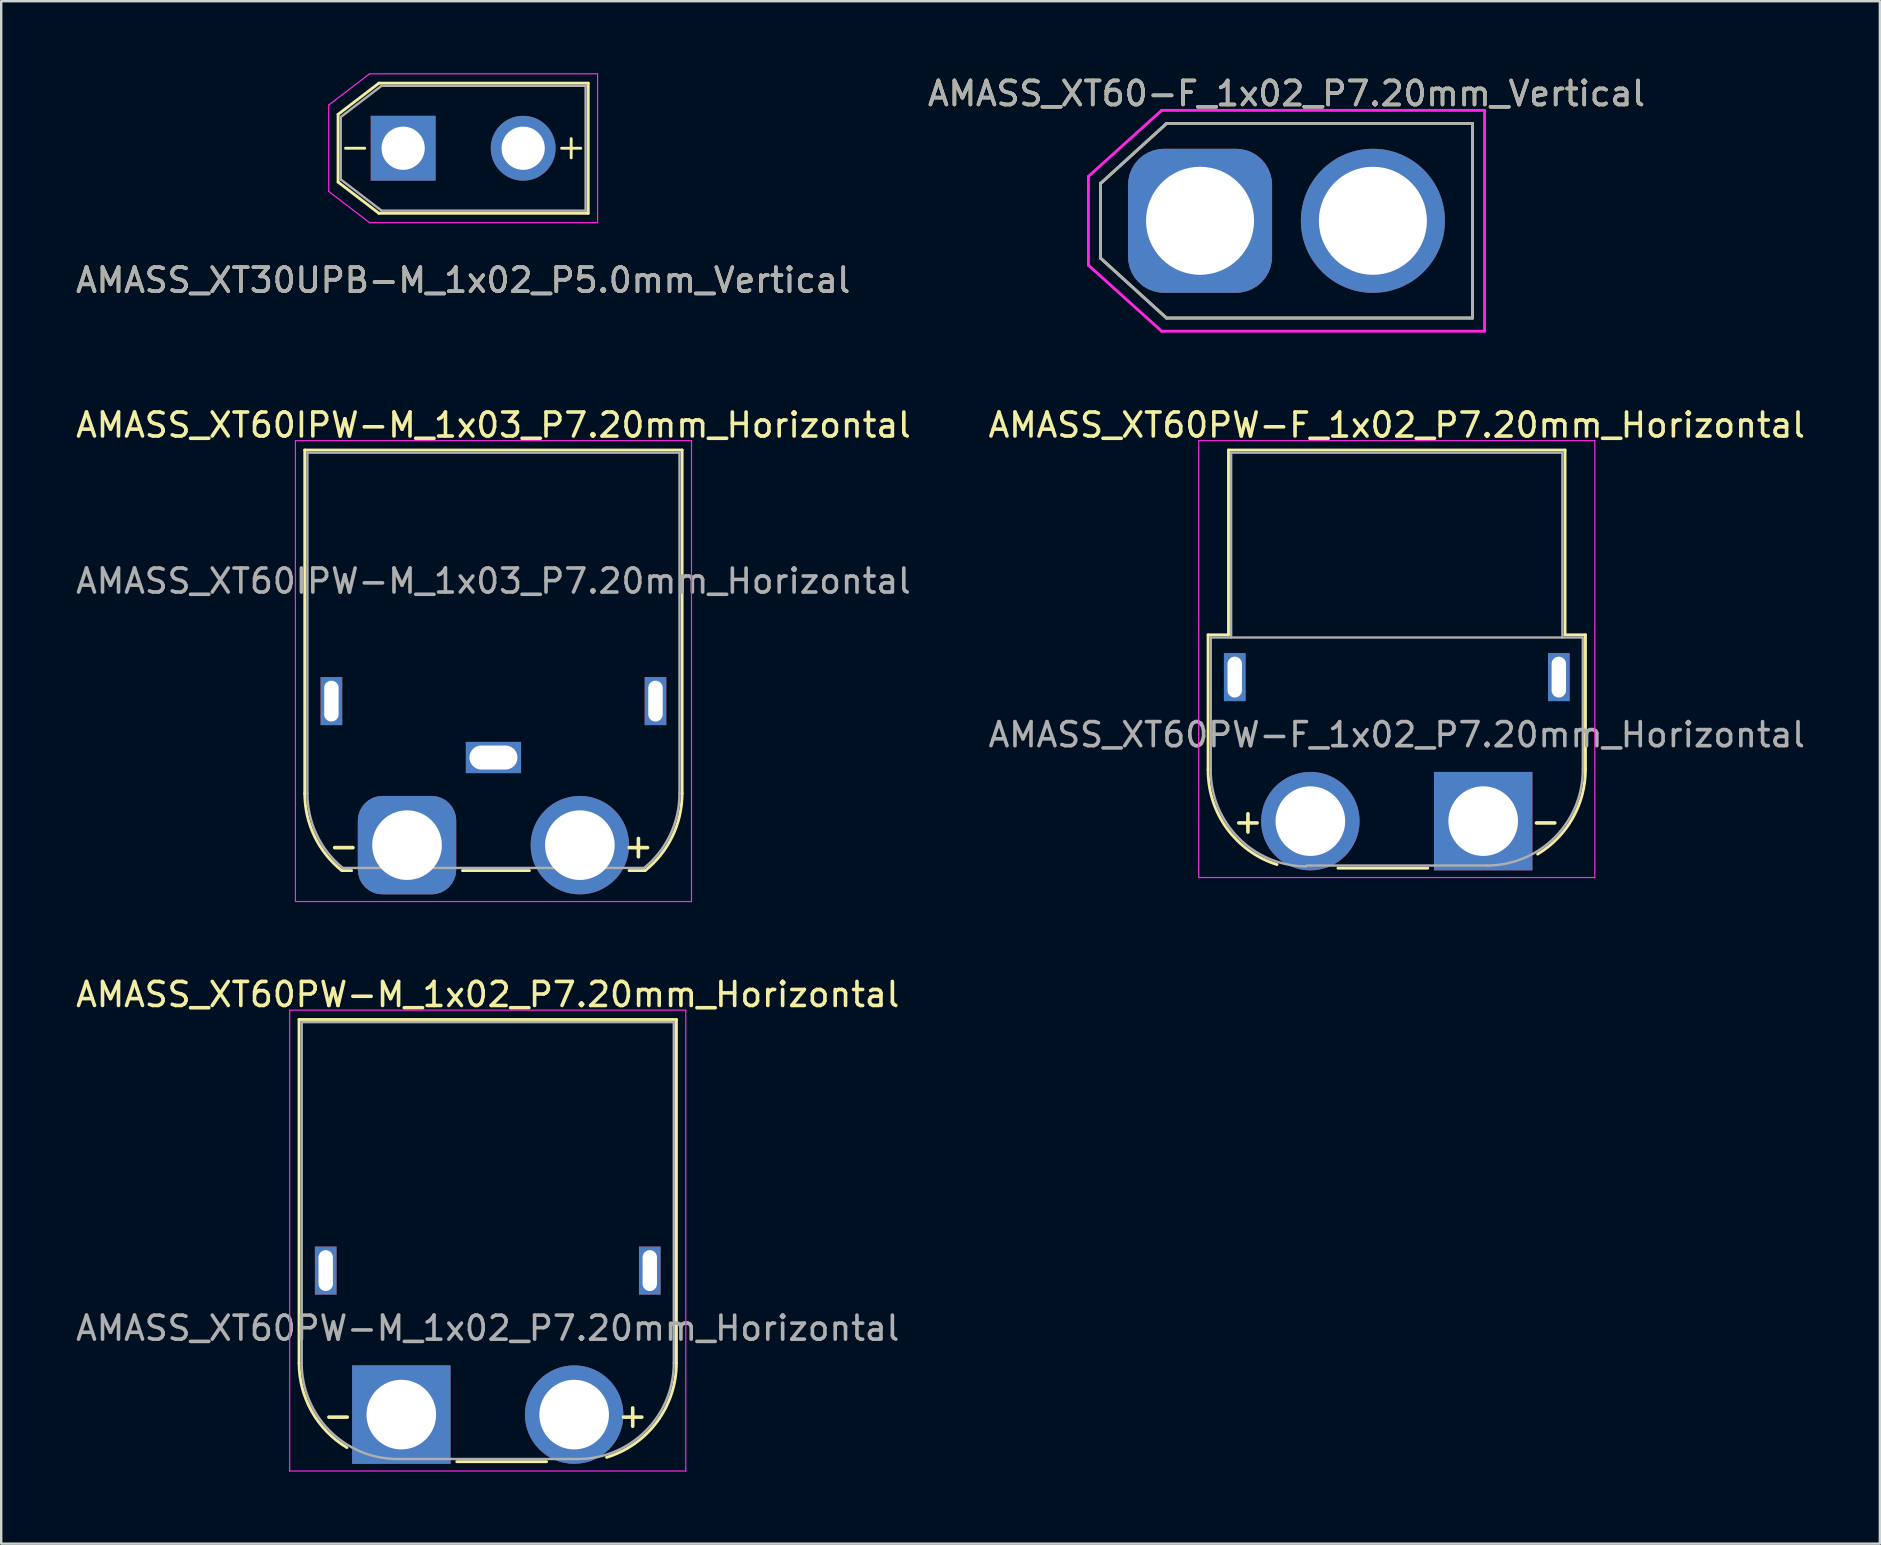
<source format=kicad_pcb>
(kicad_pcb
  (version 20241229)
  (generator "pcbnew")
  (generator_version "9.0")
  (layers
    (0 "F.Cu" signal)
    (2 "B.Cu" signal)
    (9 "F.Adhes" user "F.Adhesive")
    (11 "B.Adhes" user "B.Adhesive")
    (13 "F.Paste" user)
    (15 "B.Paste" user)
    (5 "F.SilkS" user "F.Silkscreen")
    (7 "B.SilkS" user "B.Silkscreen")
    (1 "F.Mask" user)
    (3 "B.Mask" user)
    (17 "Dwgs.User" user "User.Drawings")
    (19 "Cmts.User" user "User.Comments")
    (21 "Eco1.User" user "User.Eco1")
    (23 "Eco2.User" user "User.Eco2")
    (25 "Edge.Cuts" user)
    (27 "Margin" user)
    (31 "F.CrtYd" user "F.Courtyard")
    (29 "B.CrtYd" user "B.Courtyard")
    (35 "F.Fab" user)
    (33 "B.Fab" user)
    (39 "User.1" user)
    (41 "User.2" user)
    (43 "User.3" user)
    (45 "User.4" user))
  (footprint "AMASS_XT60-F_1x02_P7.20mm_Vertical"
    (layer "F.Cu")
    (at 46.942 6.148)
    (property "Reference" "AMASS_XT60-F_1x02_P7.20mm_Vertical" (at 3.6 -5.3 180) (layer "F.SilkS") (effects (font (size 1 1) (thickness 0.15))))
    (attr through_hole)
    (fp_line (start -4.15 -1.55) (end -4.15 1.55) (stroke (width 0.12) (type solid)) (layer "F.SilkS"))
    (fp_line (start -4.15 1.55) (end -1.4 4.05) (stroke (width 0.12) (type solid)) (layer "F.SilkS"))
    (fp_line (start -1.4 -4.05) (end -4.15 -1.55) (stroke (width 0.12) (type solid)) (layer "F.SilkS"))
    (fp_line (start -1.4 4.05) (end 11.35 4.05) (stroke (width 0.12) (type solid)) (layer "F.SilkS"))
    (fp_line (start 11.35 -4.05) (end -1.4 -4.05) (stroke (width 0.12) (type solid)) (layer "F.SilkS"))
    (fp_line (start 11.35 4.05) (end 11.35 -4.05) (stroke (width 0.12) (type solid)) (layer "F.SilkS"))
    (fp_line (start -4.65 -1.85) (end -1.6 -4.6) (stroke (width 0.12) (type solid)) (layer "F.CrtYd"))
    (fp_line (start -4.65 1.85) (end -4.65 -1.85) (stroke (width 0.12) (type solid)) (layer "F.CrtYd"))
    (fp_line (start -1.6 -4.6) (end 11.85 -4.6) (stroke (width 0.12) (type solid)) (layer "F.CrtYd"))
    (fp_line (start -1.6 4.6) (end -4.65 1.85) (stroke (width 0.12) (type solid)) (layer "F.CrtYd"))
    (fp_line (start 11.85 -4.6) (end 11.85 4.6) (stroke (width 0.12) (type solid)) (layer "F.CrtYd"))
    (fp_line (start 11.85 4.6) (end -1.6 4.6) (stroke (width 0.12) (type solid)) (layer "F.CrtYd"))
    (fp_line (start -4.15 -1.55) (end -4.15 1.55) (stroke (width 0.12) (type solid)) (layer "F.Fab"))
    (fp_line (start -4.15 1.55) (end -1.4 4.05) (stroke (width 0.12) (type solid)) (layer "F.Fab"))
    (fp_line (start -1.4 -4.05) (end -4.15 -1.55) (stroke (width 0.12) (type solid)) (layer "F.Fab"))
    (fp_line (start -1.4 4.05) (end 11.35 4.05) (stroke (width 0.12) (type solid)) (layer "F.Fab"))
    (fp_line (start 11.35 -4.05) (end -1.4 -4.05) (stroke (width 0.12) (type solid)) (layer "F.Fab"))
    (fp_line (start 11.35 4.05) (end 11.35 -4.05) (stroke (width 0.12) (type solid)) (layer "F.Fab"))
    (fp_text user "${REFERENCE}" (at 3.6 -5.3 0) (layer "F.Fab") (effects (font (size 1 1) (thickness 0.15))))
    (pad "1" thru_hole roundrect (at 0 0) (size 6 6) (drill 4.5) (layers "*.Cu" "*.Mask") (roundrect_rratio 0.25))
    (pad "2" thru_hole circle (at 7.2 0) (size 6 6) (drill 4.5) (layers "*.Cu" "*.Mask")))
  (footprint "AMASS_XT30UPB-M_1x02_P5.0mm_Vertical"
    (layer "F.Cu")
    (at 13.744 3.125)
    (property "Reference" "AMASS_XT30UPB-M_1x02_P5.0mm_Vertical" (at 2.5 5.5 0) (layer "F.SilkS") (effects (font (size 1 1) (thickness 0.15))))
    (attr through_hole)
    (fp_line (start -2.71 -1.41) (end -2.71 1.41) (stroke (width 0.12) (type solid)) (layer "F.SilkS"))
    (fp_line (start -2.71 -1.41) (end -1.01 -2.71) (stroke (width 0.12) (type solid)) (layer "F.SilkS"))
    (fp_line (start -2.71 1.41) (end -1.01 2.71) (stroke (width 0.12) (type solid)) (layer "F.SilkS"))
    (fp_line (start -2.4 0) (end -1.6 0) (stroke (width 0.12) (type solid)) (layer "F.SilkS"))
    (fp_line (start -1.01 -2.71) (end 7.71 -2.71) (stroke (width 0.12) (type solid)) (layer "F.SilkS"))
    (fp_line (start -1.01 2.71) (end 7.71 2.71) (stroke (width 0.12) (type solid)) (layer "F.SilkS"))
    (fp_line (start 6.6 0) (end 7.4 0) (stroke (width 0.12) (type solid)) (layer "F.SilkS"))
    (fp_line (start 7 -0.4) (end 7 0.4) (stroke (width 0.12) (type solid)) (layer "F.SilkS"))
    (fp_line (start 7.71 -2.71) (end 7.71 2.71) (stroke (width 0.12) (type solid)) (layer "F.SilkS"))
    (fp_line (start -3.1 -1.8) (end -3.1 1.8) (stroke (width 0.05) (type solid)) (layer "F.CrtYd"))
    (fp_line (start -3.1 -1.8) (end -1.4 -3.1) (stroke (width 0.05) (type solid)) (layer "F.CrtYd"))
    (fp_line (start -3.1 1.8) (end -1.4 3.1) (stroke (width 0.05) (type solid)) (layer "F.CrtYd"))
    (fp_line (start -1.4 -3.1) (end 8.1 -3.1) (stroke (width 0.05) (type solid)) (layer "F.CrtYd"))
    (fp_line (start -1.4 3.1) (end 8.1 3.1) (stroke (width 0.05) (type solid)) (layer "F.CrtYd"))
    (fp_line (start 8.1 -3.1) (end 8.1 3.1) (stroke (width 0.05) (type solid)) (layer "F.CrtYd"))
    (fp_line (start -2.6 -1.3) (end -2.6 1.3) (stroke (width 0.1) (type solid)) (layer "F.Fab"))
    (fp_line (start -2.6 -1.3) (end -0.9 -2.6) (stroke (width 0.1) (type solid)) (layer "F.Fab"))
    (fp_line (start -2.6 1.3) (end -0.9 2.6) (stroke (width 0.1) (type solid)) (layer "F.Fab"))
    (fp_line (start -0.9 -2.6) (end 7.6 -2.6) (stroke (width 0.1) (type solid)) (layer "F.Fab"))
    (fp_line (start -0.9 2.6) (end 7.6 2.6) (stroke (width 0.1) (type solid)) (layer "F.Fab"))
    (fp_line (start 7.6 -2.6) (end 7.6 2.6) (stroke (width 0.1) (type solid)) (layer "F.Fab"))
    (fp_text user "${REFERENCE}" (at 2.5 5.5 0) (layer "F.Fab") (effects (font (size 1 1) (thickness 0.15))))
    (pad "1" thru_hole rect (at 0 0) (size 2.7 2.7) (drill 1.8) (layers "*.Cu" "*.Mask"))
    (pad "2" thru_hole circle (at 5 0) (size 2.7 2.7) (drill 1.8) (layers "*.Cu" "*.Mask")))
  (footprint "AMASS_XT60PW-M_1x02_P7.20mm_Horizontal"
    (layer "F.Cu")
    (at 13.668 55.88)
    (property "Reference" "AMASS_XT60PW-M_1x02_P7.20mm_Horizontal" (at 3.6 -17.5 0) (layer "F.SilkS") (effects (font (size 1 1) (thickness 0.15))))
    (attr through_hole)
    (fp_line (start -4.26 -16.46) (end -4.26 -2.15) (stroke (width 0.12) (type solid)) (layer "F.SilkS"))
    (fp_line (start -4.26 -16.46) (end 11.46 -16.46) (stroke (width 0.12) (type solid)) (layer "F.SilkS"))
    (fp_line (start 2.31 1.96) (end 6.05 1.96) (stroke (width 0.12) (type solid)) (layer "F.SilkS"))
    (fp_line (start 11.46 -16.46) (end 11.46 -2.15) (stroke (width 0.12) (type solid)) (layer "F.SilkS"))
    (fp_arc (start -2.266806 1.372958) (mid -3.727162 -0.126139) (end -4.26 -2.15) (stroke (width 0.12) (type solid)) (layer "F.SilkS"))
    (fp_arc (start 11.46 -2.15) (mid 10.653852 0.294722) (end 8.551648 1.780413) (stroke (width 0.12) (type solid)) (layer "F.SilkS"))
    (fp_line (start -4.65 -16.85) (end -4.65 2.35) (stroke (width 0.05) (type solid)) (layer "F.CrtYd"))
    (fp_line (start -4.65 -16.85) (end 11.85 -16.85) (stroke (width 0.05) (type solid)) (layer "F.CrtYd"))
    (fp_line (start 11.85 -16.85) (end 11.85 2.35) (stroke (width 0.05) (type solid)) (layer "F.CrtYd"))
    (fp_line (start 11.85 2.35) (end -4.65 2.35) (stroke (width 0.05) (type solid)) (layer "F.CrtYd"))
    (fp_line (start -4.15 -16.35) (end -4.15 -2.15) (stroke (width 0.1) (type solid)) (layer "F.Fab"))
    (fp_line (start -4.15 -16.35) (end 11.35 -16.35) (stroke (width 0.1) (type solid)) (layer "F.Fab"))
    (fp_line (start -0.15 1.85) (end 7.35 1.85) (stroke (width 0.1) (type solid)) (layer "F.Fab"))
    (fp_line (start 11.35 -16.35) (end 11.35 -2.15) (stroke (width 0.1) (type solid)) (layer "F.Fab"))
    (fp_arc (start -0.15 1.85) (mid -2.978427 0.678427) (end -4.15 -2.15) (stroke (width 0.1) (type solid)) (layer "F.Fab"))
    (fp_arc (start 11.35 -2.15) (mid 10.178427 0.678427) (end 7.35 1.85) (stroke (width 0.1) (type solid)) (layer "F.Fab"))
    (fp_text user "+" (at 9.639 0.03 0) (layer "F.SilkS") (effects (font (size 1 1) (thickness 0.15))))
    (fp_text user "-" (at -2.634 0.03 0) (layer "F.SilkS") (effects (font (size 1 1) (thickness 0.15))))
    (fp_text user "${REFERENCE}" (at 3.6 -3.6 0) (layer "F.Fab") (effects (font (size 1 1) (thickness 0.15))))
    (pad "1" thru_hole rect (at -3.15 -6) (size 0.9 2) (drill oval 0.6 1.7) (layers "*.Cu" "*.Mask"))
    (pad "1" thru_hole rect (at 0 0) (size 4.1 4.1) (drill 2.9) (layers "*.Cu" "*.Mask"))
    (pad "1" thru_hole rect (at 10.35 -6) (size 0.9 2) (drill oval 0.6 1.7) (layers "*.Cu" "*.Mask"))
    (pad "2" thru_hole circle (at 7.2 0) (size 4.1 4.1) (drill 2.9) (layers "*.Cu" "*.Mask")))
  (footprint "AMASS_XT60PW-F_1x02_P7.20mm_Horizontal"
    (layer "F.Cu")
    (at 58.737 31.157)
    (property "Reference" "AMASS_XT60PW-F_1x02_P7.20mm_Horizontal" (at -3.6 -16.5 0) (layer "F.SilkS") (effects (font (size 1 1) (thickness 0.15))))
    (attr through_hole)
    (fp_line (start -11.46 -7.76) (end -11.46 -2.15) (stroke (width 0.12) (type solid)) (layer "F.SilkS"))
    (fp_line (start -11.46 -7.76) (end -10.61 -7.76) (stroke (width 0.12) (type solid)) (layer "F.SilkS"))
    (fp_line (start -10.61 -15.46) (end -10.61 -7.76) (stroke (width 0.12) (type solid)) (layer "F.SilkS"))
    (fp_line (start -10.61 -15.46) (end 3.41 -15.46) (stroke (width 0.12) (type solid)) (layer "F.SilkS"))
    (fp_line (start -6.05 1.96) (end -2.31 1.96) (stroke (width 0.12) (type solid)) (layer "F.SilkS"))
    (fp_line (start 3.41 -15.46) (end 3.41 -7.76) (stroke (width 0.12) (type solid)) (layer "F.SilkS"))
    (fp_line (start 3.41 -7.76) (end 4.26 -7.76) (stroke (width 0.12) (type solid)) (layer "F.SilkS"))
    (fp_line (start 4.26 -7.76) (end 4.26 -2.15) (stroke (width 0.12) (type solid)) (layer "F.SilkS"))
    (fp_arc (start -8.5899 1.808718) (mid -10.677645 0.302568) (end -11.46 -2.15) (stroke (width 0.12) (type solid)) (layer "F.SilkS"))
    (fp_arc (start 4.26 -2.15) (mid 3.727162 -0.126139) (end 2.266806 1.372958) (stroke (width 0.12) (type solid)) (layer "F.SilkS"))
    (fp_line (start -11.85 -15.85) (end -11.85 2.35) (stroke (width 0.05) (type solid)) (layer "F.CrtYd"))
    (fp_line (start -11.85 -15.85) (end 4.65 -15.85) (stroke (width 0.05) (type solid)) (layer "F.CrtYd"))
    (fp_line (start 4.65 2.35) (end -11.85 2.35) (stroke (width 0.05) (type solid)) (layer "F.CrtYd"))
    (fp_line (start 4.65 2.35) (end 4.65 -15.85) (stroke (width 0.05) (type solid)) (layer "F.CrtYd"))
    (fp_line (start -11.35 -7.65) (end -11.35 -2.15) (stroke (width 0.1) (type solid)) (layer "F.Fab"))
    (fp_line (start -11.35 -7.65) (end 4.15 -7.65) (stroke (width 0.1) (type solid)) (layer "F.Fab"))
    (fp_line (start -10.5 -15.35) (end 3.3 -15.35) (stroke (width 0.1) (type solid)) (layer "F.Fab"))
    (fp_line (start -10.5 -7.65) (end -10.5 -15.35) (stroke (width 0.1) (type solid)) (layer "F.Fab"))
    (fp_line (start -7.35 1.85) (end 0.15 1.85) (stroke (width 0.1) (type solid)) (layer "F.Fab"))
    (fp_line (start 3.3 -7.65) (end 3.3 -15.35) (stroke (width 0.1) (type solid)) (layer "F.Fab"))
    (fp_line (start 4.15 -7.65) (end 4.15 -2.15) (stroke (width 0.1) (type solid)) (layer "F.Fab"))
    (fp_arc (start -7.385 1.885) (mid -10.203176 0.688678) (end -11.35 -2.15) (stroke (width 0.1) (type solid)) (layer "F.Fab"))
    (fp_arc (start 4.15 -2.15) (mid 2.978427 0.678427) (end 0.15 1.85) (stroke (width 0.1) (type solid)) (layer "F.Fab"))
    (fp_text user "-" (at 2.6 0 0) (layer "F.SilkS") (effects (font (size 1 1) (thickness 0.15))))
    (fp_text user "+" (at -9.8 0 0) (layer "F.SilkS") (effects (font (size 1 1) (thickness 0.15))))
    (fp_text user "${REFERENCE}" (at -3.6 -3.6 0) (layer "F.Fab") (effects (font (size 1 1) (thickness 0.15))))
    (pad "1" thru_hole rect (at -10.35 -6) (size 0.9 2) (drill oval 0.6 1.7) (layers "*.Cu" "*.Mask"))
    (pad "1" thru_hole rect (at 0 0) (size 4.1 4.1) (drill 2.9) (layers "*.Cu" "*.Mask"))
    (pad "1" thru_hole rect (at 3.15 -6) (size 0.9 2) (drill oval 0.6 1.7) (layers "*.Cu" "*.Mask"))
    (pad "2" thru_hole circle (at -7.2 0) (size 4.1 4.1) (drill 2.9) (layers "*.Cu" "*.Mask")))
  (footprint "AMASS_XT60IPW-M_1x03_P7.20mm_Horizontal"
    (layer "F.Cu")
    (at 13.906 32.157)
    (property "Reference" "AMASS_XT60IPW-M_1x03_P7.20mm_Horizontal" (at 3.6 -17.5 0) (layer "F.SilkS") (effects (font (size 1 1) (thickness 0.15))))
    (attr through_hole)
    (fp_line (start -4.26 -16.46) (end -4.26 -2.15) (stroke (width 0.12) (type solid)) (layer "F.SilkS"))
    (fp_line (start -4.26 -16.46) (end 11.46 -16.46) (stroke (width 0.12) (type solid)) (layer "F.SilkS"))
    (fp_line (start -2.71 1.06) (end -2.31 1.06) (stroke (width 0.12) (type solid)) (layer "F.SilkS"))
    (fp_line (start 2.31 1.06) (end 5.1 1.06) (stroke (width 0.12) (type solid)) (layer "F.SilkS"))
    (fp_line (start 9.25 1.06) (end 9.92 1.06) (stroke (width 0.12) (type solid)) (layer "F.SilkS"))
    (fp_line (start 11.46 -16.46) (end 11.46 -2.15) (stroke (width 0.12) (type solid)) (layer "F.SilkS"))
    (fp_arc (start -2.718715 1.058395) (mid -3.854694 -0.370298) (end -4.26 -2.15) (stroke (width 0.12) (type solid)) (layer "F.SilkS"))
    (fp_arc (start 11.46 -2.15) (mid 11.05498 -0.370894) (end 9.919747 1.057569) (stroke (width 0.12) (type solid)) (layer "F.SilkS"))
    (fp_line (start -4.65 -16.85) (end -4.65 2.35) (stroke (width 0.05) (type solid)) (layer "F.CrtYd"))
    (fp_line (start -4.65 -16.85) (end 11.85 -16.85) (stroke (width 0.05) (type solid)) (layer "F.CrtYd"))
    (fp_line (start 11.85 -16.85) (end 11.85 2.35) (stroke (width 0.05) (type solid)) (layer "F.CrtYd"))
    (fp_line (start 11.85 2.35) (end -4.65 2.35) (stroke (width 0.05) (type solid)) (layer "F.CrtYd"))
    (fp_line (start -4.15 -16.35) (end -4.15 -2.15) (stroke (width 0.1) (type solid)) (layer "F.Fab"))
    (fp_line (start -4.15 -16.35) (end 11.35 -16.35) (stroke (width 0.1) (type solid)) (layer "F.Fab"))
    (fp_line (start -2.67 0.95) (end 9.88 0.95) (stroke (width 0.1) (type solid)) (layer "F.Fab"))
    (fp_line (start 11.35 -16.35) (end 11.35 -2.15) (stroke (width 0.1) (type solid)) (layer "F.Fab"))
    (fp_arc (start -2.678117 0.949778) (mid -3.763341 -0.434259) (end -4.15 -2.15) (stroke (width 0.1) (type solid)) (layer "F.Fab"))
    (fp_arc (start 11.35 -2.15) (mid 10.963341 -0.434259) (end 9.878117 0.949778) (stroke (width 0.1) (type solid)) (layer "F.Fab"))
    (fp_text user "+" (at 9.639 0.03 0) (layer "F.SilkS") (effects (font (size 1 1) (thickness 0.15))))
    (fp_text user "-" (at -2.634 0.03 0) (layer "F.SilkS") (effects (font (size 1 1) (thickness 0.15))))
    (fp_text user "${REFERENCE}" (at 3.6 -11 0) (layer "F.Fab") (effects (font (size 1 1) (thickness 0.15))))
    (pad "1" thru_hole rect (at -3.15 -6) (size 0.9 2) (drill oval 0.6 1.7) (layers "*.Cu" "*.Mask"))
    (pad "1" thru_hole roundrect (at 0 0) (size 4.1 4.1) (drill 2.9) (layers "*.Cu" "*.Mask") (roundrect_rratio 0.25))
    (pad "1" thru_hole rect (at 10.35 -6) (size 0.9 2) (drill oval 0.6 1.7) (layers "*.Cu" "*.Mask"))
    (pad "2" thru_hole circle (at 7.2 0) (size 4.1 4.1) (drill 2.9) (layers "*.Cu" "*.Mask"))
    (pad "3" thru_hole rect (at 3.6 -3.65) (size 2.3 1.3) (drill oval 2 1) (layers "*.Cu" "*.Mask")))
  (gr_rect
    (start -3 -3)
    (end 75.262 61.255)
    (stroke (width 0.1) (type default))
    (fill no)
    (layer "Edge.Cuts")))
</source>
